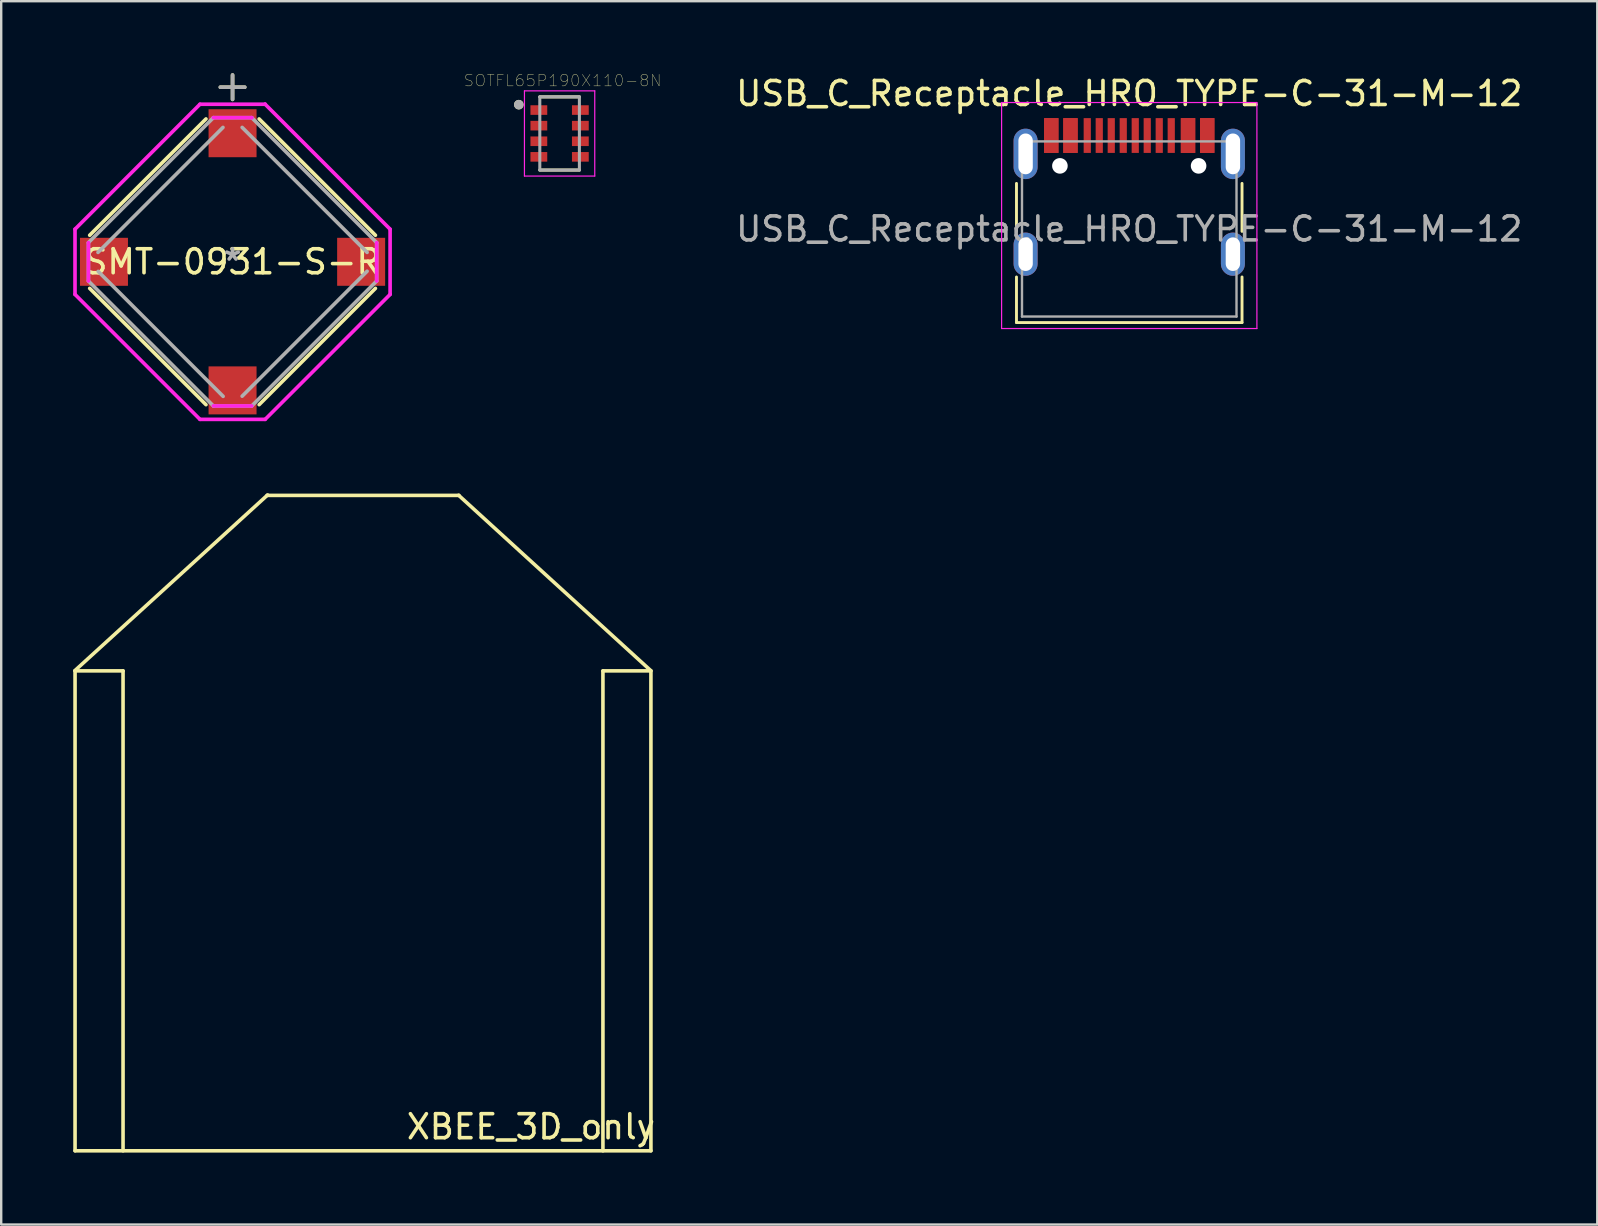
<source format=kicad_pcb>
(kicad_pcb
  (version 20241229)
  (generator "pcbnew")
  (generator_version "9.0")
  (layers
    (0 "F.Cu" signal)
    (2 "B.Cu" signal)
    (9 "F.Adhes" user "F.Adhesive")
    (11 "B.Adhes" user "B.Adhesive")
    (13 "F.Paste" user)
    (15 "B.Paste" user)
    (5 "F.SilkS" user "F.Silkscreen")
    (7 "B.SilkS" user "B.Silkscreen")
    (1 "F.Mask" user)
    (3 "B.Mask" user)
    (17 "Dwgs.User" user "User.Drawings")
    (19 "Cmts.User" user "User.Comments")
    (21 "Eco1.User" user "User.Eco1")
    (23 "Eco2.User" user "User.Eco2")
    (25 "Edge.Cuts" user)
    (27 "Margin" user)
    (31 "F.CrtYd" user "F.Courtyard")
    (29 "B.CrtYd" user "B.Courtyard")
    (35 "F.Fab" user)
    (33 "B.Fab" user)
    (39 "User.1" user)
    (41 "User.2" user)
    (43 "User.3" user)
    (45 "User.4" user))
  (footprint "XBEE_3D_only"
    (layer "F.Cu")
    (at 12.064 25.91)
    (property "Reference" "XBEE_3D_only" (at 7.014 18 180) (layer "F.SilkS") (effects (font (size 1 1) (thickness 0.15))))
    (attr through_hole)
    (fp_line (start -11.986 19) (end -11.986 -1) (stroke (width 0.15) (type solid)) (layer "F.SilkS"))
    (fp_line (start -11.986 19) (end 12.014 19) (stroke (width 0.15) (type solid)) (layer "F.SilkS"))
    (fp_line (start -9.986 -1) (end -11.986 -1) (stroke (width 0.15) (type solid)) (layer "F.SilkS"))
    (fp_line (start -9.986 19) (end -9.986 -1) (stroke (width 0.15) (type solid)) (layer "F.SilkS"))
    (fp_line (start -3.986 -8.314) (end 4.014 -8.314) (stroke (width 0.15) (type solid)) (layer "F.SilkS"))
    (fp_line (start -3.962 -8.331) (end -11.989 -1.016) (stroke (width 0.15) (type solid)) (layer "F.SilkS"))
    (fp_line (start 10.014 -1) (end 12.014 -1) (stroke (width 0.15) (type solid)) (layer "F.SilkS"))
    (fp_line (start 10.014 19) (end 10.014 -1) (stroke (width 0.15) (type solid)) (layer "F.SilkS"))
    (fp_line (start 12.002 -1.016) (end 4 -8.319) (stroke (width 0.15) (type solid)) (layer "F.SilkS"))
    (fp_line (start 12.014 19) (end 12.014 -1) (stroke (width 0.15) (type solid)) (layer "F.SilkS")))
  (footprint "USB_C_Receptacle_HRO_TYPE-C-31-M-12"
    (layer "F.Cu")
    (at 44.013 6.493)
    (property "Reference" "USB_C_Receptacle_HRO_TYPE-C-31-M-12" (at 0 -5.645 0) (layer "F.SilkS") (effects (font (size 1 1) (thickness 0.15))))
    (attr smd)
    (fp_line (start -4.7 -1.9) (end -4.7 0.1) (stroke (width 0.12) (type solid)) (layer "F.SilkS"))
    (fp_line (start -4.7 2) (end -4.7 3.9) (stroke (width 0.12) (type solid)) (layer "F.SilkS"))
    (fp_line (start -4.7 3.9) (end 4.7 3.9) (stroke (width 0.12) (type solid)) (layer "F.SilkS"))
    (fp_line (start 4.7 -1.9) (end 4.7 0.1) (stroke (width 0.12) (type solid)) (layer "F.SilkS"))
    (fp_line (start 4.7 2) (end 4.7 3.9) (stroke (width 0.12) (type solid)) (layer "F.SilkS"))
    (fp_line (start -5.3 3.65) (end 5.3 3.65) (stroke (width 0.12) (type solid)) (layer "Eco1.User"))
    (fp_line (start -5.32 -5.27) (end -5.32 4.15) (stroke (width 0.05) (type solid)) (layer "F.CrtYd"))
    (fp_line (start -5.32 -5.27) (end 5.32 -5.27) (stroke (width 0.05) (type solid)) (layer "F.CrtYd"))
    (fp_line (start -5.32 4.15) (end 5.32 4.15) (stroke (width 0.05) (type solid)) (layer "F.CrtYd"))
    (fp_line (start 5.32 -5.27) (end 5.32 4.15) (stroke (width 0.05) (type solid)) (layer "F.CrtYd"))
    (fp_line (start -4.47 -3.65) (end -4.47 3.65) (stroke (width 0.1) (type solid)) (layer "F.Fab"))
    (fp_line (start -4.47 -3.65) (end 4.47 -3.65) (stroke (width 0.1) (type solid)) (layer "F.Fab"))
    (fp_line (start -4.47 3.65) (end 4.47 3.65) (stroke (width 0.1) (type solid)) (layer "F.Fab"))
    (fp_line (start 4.47 -3.65) (end 4.47 3.65) (stroke (width 0.1) (type solid)) (layer "F.Fab"))
    (fp_text user "PCB Edge" (at -0.05 2.6 0) (layer "Eco1.User") (effects (font (size 1 1) (thickness 0.15))))
    (fp_text user "${REFERENCE}" (at 0 0 0) (layer "F.Fab") (effects (font (size 1 1) (thickness 0.15))))
    (pad "" np_thru_hole circle (at -2.89 -2.63) (size 0.65 0.65) (drill 0.65) (layers "*.Cu" "*.Mask"))
    (pad "" np_thru_hole circle (at 2.89 -2.63) (size 0.65 0.65) (drill 0.65) (layers "*.Cu" "*.Mask"))
    (pad "A1" smd rect (at -3.25 -3.895) (size 0.6 1.45) (layers "F.Cu" "F.Mask" "F.Paste"))
    (pad "A4" smd rect (at -2.45 -3.895) (size 0.6 1.45) (layers "F.Cu" "F.Mask" "F.Paste"))
    (pad "A5" smd rect (at -1.25 -3.895) (size 0.3 1.45) (layers "F.Cu" "F.Mask" "F.Paste"))
    (pad "A6" smd rect (at -0.25 -3.895) (size 0.3 1.45) (layers "F.Cu" "F.Mask" "F.Paste"))
    (pad "A7" smd rect (at 0.25 -3.895) (size 0.3 1.45) (layers "F.Cu" "F.Mask" "F.Paste"))
    (pad "A8" smd rect (at 1.25 -3.895) (size 0.3 1.45) (layers "F.Cu" "F.Mask" "F.Paste"))
    (pad "A9" smd rect (at 2.45 -3.895) (size 0.6 1.45) (layers "F.Cu" "F.Mask" "F.Paste"))
    (pad "A12" smd rect (at 3.25 -3.895) (size 0.6 1.45) (layers "F.Cu" "F.Mask" "F.Paste"))
    (pad "B1" smd rect (at 3.25 -3.895) (size 0.6 1.45) (layers "F.Cu" "F.Mask" "F.Paste"))
    (pad "B4" smd rect (at 2.45 -3.895) (size 0.6 1.45) (layers "F.Cu" "F.Mask" "F.Paste"))
    (pad "B5" smd rect (at 1.75 -3.895) (size 0.3 1.45) (layers "F.Cu" "F.Mask" "F.Paste"))
    (pad "B6" smd rect (at 0.75 -3.895) (size 0.3 1.45) (layers "F.Cu" "F.Mask" "F.Paste"))
    (pad "B7" smd rect (at -0.75 -3.895) (size 0.3 1.45) (layers "F.Cu" "F.Mask" "F.Paste"))
    (pad "B8" smd rect (at -1.75 -3.895) (size 0.3 1.45) (layers "F.Cu" "F.Mask" "F.Paste"))
    (pad "B9" smd rect (at -2.45 -3.895) (size 0.6 1.45) (layers "F.Cu" "F.Mask" "F.Paste"))
    (pad "B12" smd rect (at -3.25 -3.895) (size 0.6 1.45) (layers "F.Cu" "F.Mask" "F.Paste"))
    (pad "S1" thru_hole oval (at -4.32 -3.13) (size 1 2.1) (drill oval 0.6 1.7) (layers "*.Cu" "*.Mask"))
    (pad "S1" thru_hole oval (at -4.32 1.05) (size 1 1.8) (drill oval 0.6 1.4) (layers "*.Cu" "*.Mask"))
    (pad "S1" thru_hole oval (at 4.32 -3.13) (size 1 2.1) (drill oval 0.6 1.7) (layers "*.Cu" "*.Mask"))
    (pad "S1" thru_hole oval (at 4.32 1.05) (size 1 1.8) (drill oval 0.6 1.4) (layers "*.Cu" "*.Mask")))
  (footprint "SOTFL65P190X110-8N"
    (layer "F.Cu")
    (at 20.272 2.512)
    (property "Reference" "SOTFL65P190X110-8N" (at 0.124 -2.205 0) (layer "F.SilkS") (effects (font (size 0.48 0.48) (thickness 0.015))))
    (attr through_hole)
    (fp_line (start -0.825 -1.525) (end 0.825 -1.525) (stroke (width 0.127) (type solid)) (layer "F.SilkS"))
    (fp_line (start -0.825 1.525) (end 0.825 1.525) (stroke (width 0.127) (type solid)) (layer "F.SilkS"))
    (fp_circle (center -1.7 -1.2) (end -1.6 -1.2) (stroke (width 0.2) (type solid)) (fill no) (layer "F.SilkS"))
    (fp_line (start -1.465 -1.775) (end 1.465 -1.775) (stroke (width 0.05) (type solid)) (layer "F.CrtYd"))
    (fp_line (start -1.465 1.775) (end -1.465 -1.775) (stroke (width 0.05) (type solid)) (layer "F.CrtYd"))
    (fp_line (start 1.465 -1.775) (end 1.465 1.775) (stroke (width 0.05) (type solid)) (layer "F.CrtYd"))
    (fp_line (start 1.465 1.775) (end -1.465 1.775) (stroke (width 0.05) (type solid)) (layer "F.CrtYd"))
    (fp_line (start -0.825 -1.525) (end 0.825 -1.525) (stroke (width 0.127) (type solid)) (layer "F.Fab"))
    (fp_line (start -0.825 1.525) (end -0.825 -1.525) (stroke (width 0.127) (type solid)) (layer "F.Fab"))
    (fp_line (start 0.825 -1.525) (end 0.825 1.525) (stroke (width 0.127) (type solid)) (layer "F.Fab"))
    (fp_line (start 0.825 1.525) (end -0.825 1.525) (stroke (width 0.127) (type solid)) (layer "F.Fab"))
    (fp_circle (center -1.7 -1.2) (end -1.6 -1.2) (stroke (width 0.2) (type solid)) (fill no) (layer "F.Fab"))
    (pad "1" smd rect (at -0.865 -0.975) (size 0.7 0.4) (layers "F.Cu" "F.Mask" "F.Paste"))
    (pad "2" smd rect (at -0.865 -0.325) (size 0.7 0.4) (layers "F.Cu" "F.Mask" "F.Paste"))
    (pad "3" smd rect (at -0.865 0.325) (size 0.7 0.4) (layers "F.Cu" "F.Mask" "F.Paste"))
    (pad "4" smd rect (at -0.865 0.975) (size 0.7 0.4) (layers "F.Cu" "F.Mask" "F.Paste"))
    (pad "5" smd rect (at 0.865 0.975) (size 0.7 0.4) (layers "F.Cu" "F.Mask" "F.Paste"))
    (pad "6" smd rect (at 0.865 0.325) (size 0.7 0.4) (layers "F.Cu" "F.Mask" "F.Paste"))
    (pad "7" smd rect (at 0.865 -0.325) (size 0.7 0.4) (layers "F.Cu" "F.Mask" "F.Paste"))
    (pad "8" smd rect (at 0.865 -0.975) (size 0.7 0.4) (layers "F.Cu" "F.Mask" "F.Paste")))
  (footprint "SMT-0931-S-R"
    (layer "F.Cu")
    (at 6.642 7.861)
    (property "Reference" "SMT-0931-S-R" (at 0 0 0) (layer "F.SilkS") (effects (font (size 1 1) (thickness 0.15))))
    (attr through_hole)
    (fp_line (start -5.954 1.107) (end -1.107 5.954) (stroke (width 0.152) (type solid)) (layer "F.SilkS"))
    (fp_line (start -1.107 -5.954) (end -5.954 -1.107) (stroke (width 0.152) (type solid)) (layer "F.SilkS"))
    (fp_line (start 0 -6.769) (end 0 -7.785) (stroke (width 0.152) (type solid)) (layer "F.SilkS"))
    (fp_line (start 0.508 -7.277) (end -0.508 -7.277) (stroke (width 0.152) (type solid)) (layer "F.SilkS"))
    (fp_line (start 1.107 5.954) (end 5.954 1.107) (stroke (width 0.152) (type solid)) (layer "F.SilkS"))
    (fp_line (start 5.954 -1.107) (end 1.107 -5.954) (stroke (width 0.152) (type solid)) (layer "F.SilkS"))
    (fp_line (start -6.566 -1.359) (end -6.566 1.359) (stroke (width 0.152) (type solid)) (layer "F.CrtYd"))
    (fp_line (start -6.566 1.359) (end -1.359 6.566) (stroke (width 0.152) (type solid)) (layer "F.CrtYd"))
    (fp_line (start -6.007 -0.8) (end -6.007 0.8) (stroke (width 0.152) (type solid)) (layer "F.CrtYd"))
    (fp_line (start -1.359 -6.566) (end -6.566 -1.359) (stroke (width 0.152) (type solid)) (layer "F.CrtYd"))
    (fp_line (start -1.359 6.566) (end 1.359 6.566) (stroke (width 0.152) (type solid)) (layer "F.CrtYd"))
    (fp_line (start -0.8 6.007) (end 0.8 6.007) (stroke (width 0.152) (type solid)) (layer "F.CrtYd"))
    (fp_line (start 0.8 -6.007) (end -0.8 -6.007) (stroke (width 0.152) (type solid)) (layer "F.CrtYd"))
    (fp_line (start 0.8 -6.007) (end 0.8 -6.007) (stroke (width 0.152) (type solid)) (layer "F.CrtYd"))
    (fp_line (start 1.359 -6.566) (end -1.359 -6.566) (stroke (width 0.152) (type solid)) (layer "F.CrtYd"))
    (fp_line (start 1.359 -6.566) (end 1.359 -6.566) (stroke (width 0.152) (type solid)) (layer "F.CrtYd"))
    (fp_line (start 1.359 6.566) (end 6.566 1.359) (stroke (width 0.152) (type solid)) (layer "F.CrtYd"))
    (fp_line (start 6.007 0.8) (end 6.007 -0.8) (stroke (width 0.152) (type solid)) (layer "F.CrtYd"))
    (fp_line (start 6.566 -1.359) (end 1.359 -6.566) (stroke (width 0.152) (type solid)) (layer "F.CrtYd"))
    (fp_line (start 6.566 1.359) (end 6.566 -1.359) (stroke (width 0.152) (type solid)) (layer "F.CrtYd"))
    (fp_line (start -6.007 -0.8) (end -6.007 0.8) (stroke (width 0.152) (type solid)) (layer "F.Fab"))
    (fp_line (start -6.007 0.8) (end -0.8 6.007) (stroke (width 0.152) (type solid)) (layer "F.Fab"))
    (fp_line (start -5.6 0.4) (end -0.393 5.607) (stroke (width 0.152) (type solid)) (layer "F.Fab"))
    (fp_line (start -0.8 -6.007) (end -6.007 -0.8) (stroke (width 0.152) (type solid)) (layer "F.Fab"))
    (fp_line (start -0.8 6.007) (end 0.8 6.007) (stroke (width 0.152) (type solid)) (layer "F.Fab"))
    (fp_line (start -0.4 -5.6) (end -5.607 -0.393) (stroke (width 0.152) (type solid)) (layer "F.Fab"))
    (fp_line (start 0 -6.769) (end 0 -7.785) (stroke (width 0.152) (type solid)) (layer "F.Fab"))
    (fp_line (start 0.4 5.6) (end 5.607 0.393) (stroke (width 0.152) (type solid)) (layer "F.Fab"))
    (fp_line (start 0.508 -7.277) (end -0.508 -7.277) (stroke (width 0.152) (type solid)) (layer "F.Fab"))
    (fp_line (start 0.8 -6.007) (end -0.8 -6.007) (stroke (width 0.152) (type solid)) (layer "F.Fab"))
    (fp_line (start 0.8 6.007) (end 6.007 0.8) (stroke (width 0.152) (type solid)) (layer "F.Fab"))
    (fp_line (start 5.607 -0.393) (end 0.4 -5.6) (stroke (width 0.152) (type solid)) (layer "F.Fab"))
    (fp_line (start 6.007 -0.8) (end 0.8 -6.007) (stroke (width 0.152) (type solid)) (layer "F.Fab"))
    (fp_line (start 6.007 0.8) (end 6.007 -0.8) (stroke (width 0.152) (type solid)) (layer "F.Fab"))
    (fp_text user "*" (at 0 0 0) (layer "F.Fab") (effects (font (size 1 1) (thickness 0.15))))
    (pad "1" smd rect (at 0 -5.359) (size 2 2) (layers "F.Cu" "F.Mask" "F.Paste"))
    (pad "2" smd rect (at 5.359 0 90) (size 2 2) (layers "F.Cu" "F.Mask" "F.Paste"))
    (pad "3" smd rect (at 0 5.359) (size 2 2) (layers "F.Cu" "F.Mask" "F.Paste"))
    (pad "4" smd rect (at -5.359 0 90) (size 2 2) (layers "F.Cu" "F.Mask" "F.Paste")))
  (gr_rect
    (start -3 -3)
    (end 63.519 47.985)
    (stroke (width 0.1) (type default))
    (fill no)
    (layer "Edge.Cuts")))
</source>
